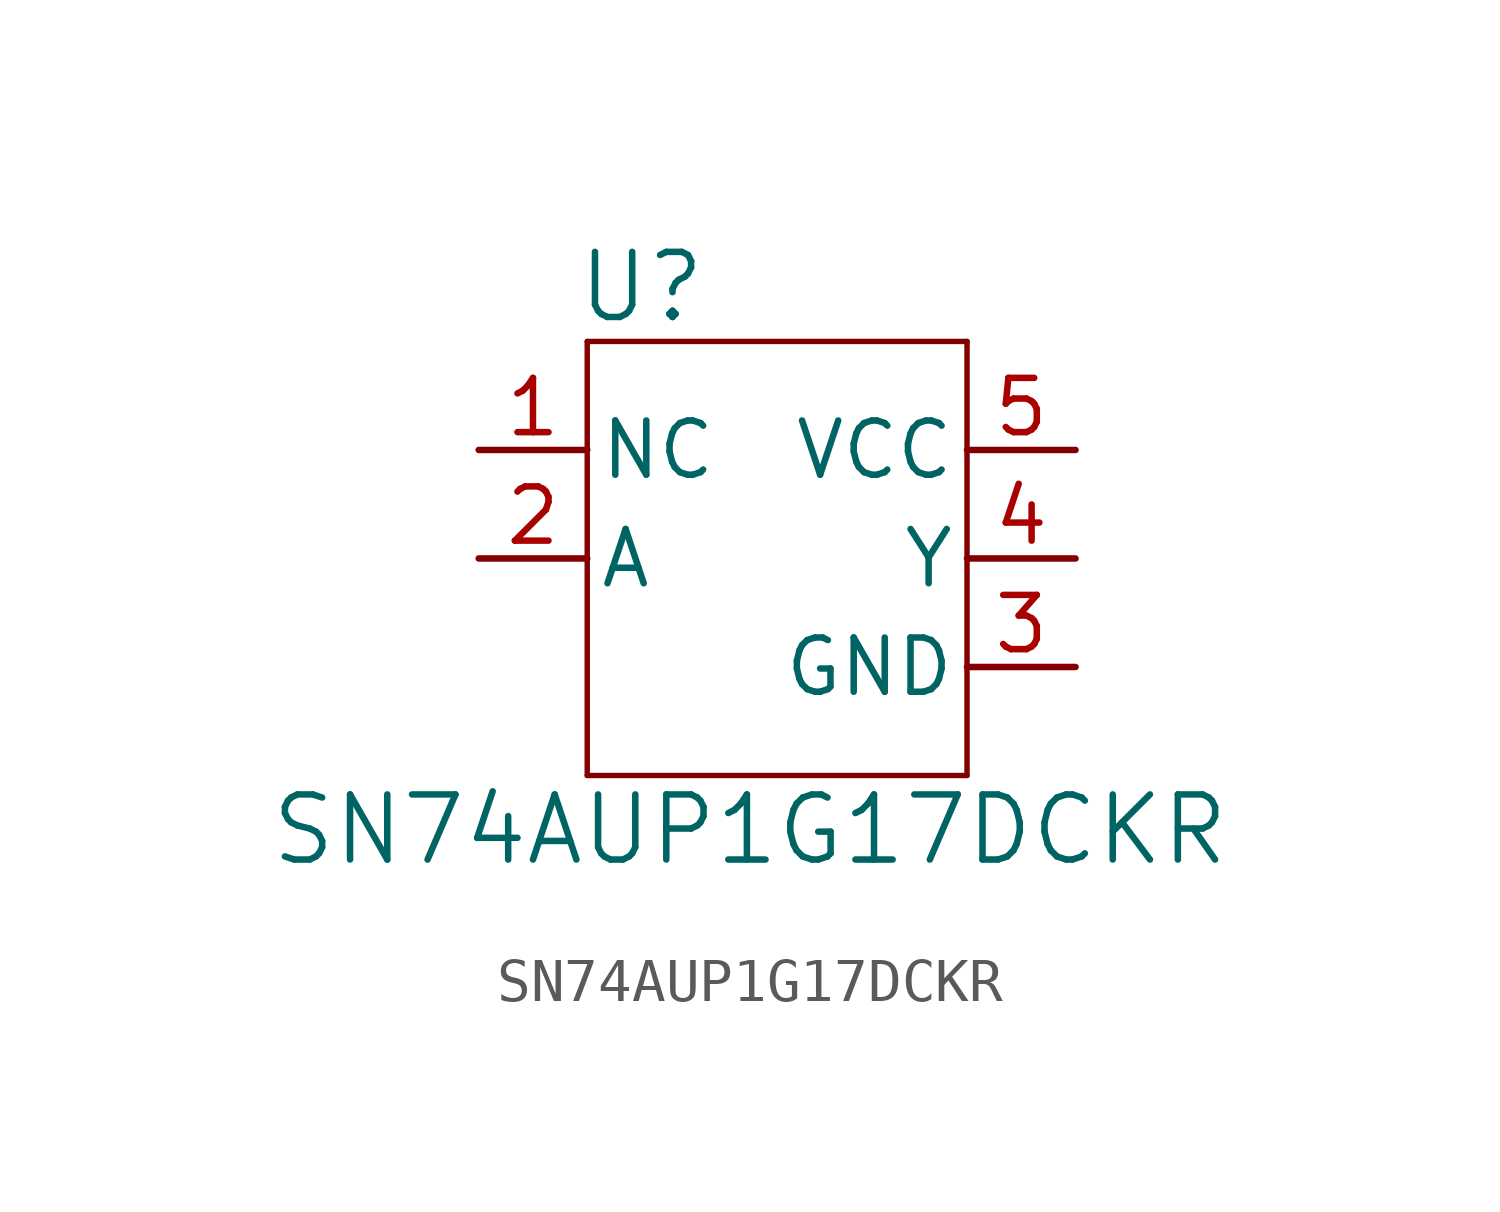
<source format=kicad_sym>
(kicad_symbol_lib
  (version 20211014)
  (generator kicad_symbol_editor)
  (symbol "SN74AUP1G17DCKR"
    (pin_names
      (offset 0.254))
    (property "Reference" "U"
      (at 8.89 3.81 0)
      (effects (font (size 1.524 1.524))))
    (property "Value" "SN74AUP1G17DCKR"
      (at 11.43 -8.89 0)
      (effects (font (size 1.524 1.524))))
    (symbol "SN74AUP1G17DCKR_0_1"
      (polyline (pts (xy 7.62 -7.62) (xy 16.51 -7.62)) (stroke (width 0.127) (type default) (color 0 0 0 0)) (fill (type none)))
      (polyline (pts (xy 7.62 2.54) (xy 7.62 -7.62)) (stroke (width 0.127) (type default) (color 0 0 0 0)) (fill (type none)))
      (polyline (pts (xy 16.51 -7.62) (xy 16.51 2.54)) (stroke (width 0.127) (type default) (color 0 0 0 0)) (fill (type none)))
      (polyline (pts (xy 16.51 2.54) (xy 7.62 2.54)) (stroke (width 0.127) (type default) (color 0 0 0 0)) (fill (type none)))
      (pin unspecified line (at 5.08 0 0) (length 2.54) (name "NC" (effects (font (size 1.27 1.27)))) (number "1" (effects (font (size 1.27 1.27)))))
      (pin input line (at 5.08 -2.54 0) (length 2.54) (name "A" (effects (font (size 1.27 1.27)))) (number "2" (effects (font (size 1.27 1.27)))))
      (pin power_in line (at 19.05 -5.08 180) (length 2.54) (name "GND" (effects (font (size 1.27 1.27)))) (number "3" (effects (font (size 1.27 1.27)))))
      (pin output line (at 19.05 -2.54 180) (length 2.54) (name "Y" (effects (font (size 1.27 1.27)))) (number "4" (effects (font (size 1.27 1.27)))))
      (pin power_in line (at 19.05 0 180) (length 2.54) (name "VCC" (effects (font (size 1.27 1.27)))) (number "5" (effects (font (size 1.27 1.27))))))))
</source>
